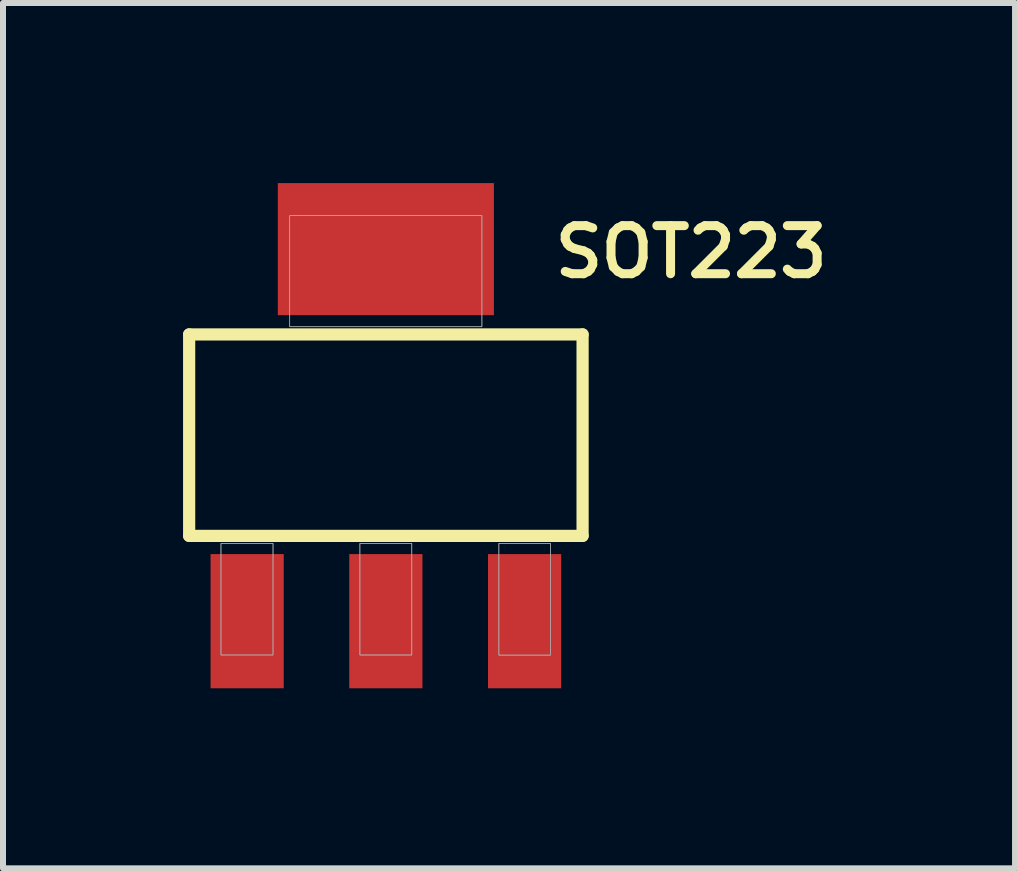
<source format=kicad_pcb>
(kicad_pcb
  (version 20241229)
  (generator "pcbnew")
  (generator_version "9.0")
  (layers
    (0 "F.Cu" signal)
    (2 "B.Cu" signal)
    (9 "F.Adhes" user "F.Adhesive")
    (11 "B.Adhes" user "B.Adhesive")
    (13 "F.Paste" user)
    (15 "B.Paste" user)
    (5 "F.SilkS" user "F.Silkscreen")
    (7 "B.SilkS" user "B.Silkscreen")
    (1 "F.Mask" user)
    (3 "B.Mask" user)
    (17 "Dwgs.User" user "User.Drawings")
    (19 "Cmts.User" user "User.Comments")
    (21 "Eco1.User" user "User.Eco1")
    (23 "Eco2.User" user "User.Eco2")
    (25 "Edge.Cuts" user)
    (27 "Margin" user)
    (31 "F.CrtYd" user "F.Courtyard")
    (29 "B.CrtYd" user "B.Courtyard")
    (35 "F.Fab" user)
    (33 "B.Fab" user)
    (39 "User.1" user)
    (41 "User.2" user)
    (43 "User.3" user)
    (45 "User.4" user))
  (footprint "SOT223"
    (layer "F.Cu")
    (at 3.378 4.199)
    (property "Reference" "SOT223" (at 5.086 -3.052 0) (layer "F.SilkS") (effects (font (size 0.801 0.801) (thickness 0.15))))
    (attr smd)
    (fp_line (start -3.277 -1.678) (end 3.277 -1.678) (stroke (width 0.203) (type solid)) (layer "F.SilkS"))
    (fp_line (start -3.277 1.678) (end -3.277 -1.678) (stroke (width 0.203) (type solid)) (layer "F.SilkS"))
    (fp_line (start 3.277 -1.678) (end 3.277 1.678) (stroke (width 0.203) (type solid)) (layer "F.SilkS"))
    (fp_line (start 3.277 1.678) (end -3.277 1.678) (stroke (width 0.203) (type solid)) (layer "F.SilkS"))
    (fp_poly (pts (xy -2.748 1.803) (xy -1.88 1.803) (xy -1.88 3.664) (xy -2.748 3.664)) (stroke (width 0.01) (type solid)) (fill no) (layer "F.Fab"))
    (fp_poly (pts (xy -2.746 1.803) (xy -1.88 1.803) (xy -1.88 3.661) (xy -2.746 3.661)) (stroke (width 0.01) (type solid)) (fill no) (layer "F.Fab"))
    (fp_poly (pts (xy -1.602 -3.658) (xy 1.6 -3.658) (xy 1.6 -1.806) (xy -1.602 -1.806)) (stroke (width 0.01) (type solid)) (fill no) (layer "F.Fab"))
    (fp_poly (pts (xy -1.601 -3.658) (xy 1.6 -3.658) (xy 1.6 -1.805) (xy -1.601 -1.805)) (stroke (width 0.01) (type solid)) (fill no) (layer "F.Fab"))
    (fp_poly (pts (xy -0.433 1.803) (xy 0.432 1.803) (xy 0.432 3.665) (xy -0.433 3.665)) (stroke (width 0.01) (type solid)) (fill no) (layer "F.Fab"))
    (fp_poly (pts (xy -0.432 1.803) (xy 0.432 1.803) (xy 0.432 3.66) (xy -0.432 3.66)) (stroke (width 0.01) (type solid)) (fill no) (layer "F.Fab"))
    (fp_poly (pts (xy 1.882 1.803) (xy 2.743 1.803) (xy 2.743 3.663) (xy 1.882 3.663)) (stroke (width 0.01) (type solid)) (fill no) (layer "F.Fab"))
    (fp_poly (pts (xy 1.883 1.803) (xy 2.743 1.803) (xy 2.743 3.665) (xy 1.883 3.665)) (stroke (width 0.01) (type solid)) (fill no) (layer "F.Fab"))
    (pad "1" smd rect (at -2.311 3.099) (size 1.219 2.235) (layers "F.Cu" "F.Mask" "F.Paste"))
    (pad "2" smd rect (at 0 3.099) (size 1.219 2.235) (layers "F.Cu" "F.Mask" "F.Paste"))
    (pad "3" smd rect (at 2.311 3.099) (size 1.219 2.235) (layers "F.Cu" "F.Mask" "F.Paste"))
    (pad "4" smd rect (at 0 -3.099) (size 3.6 2.2) (layers "F.Cu" "F.Mask" "F.Paste")))
  (gr_rect
    (start -3 -3)
    (end 13.859 11.415)
    (stroke (width 0.1) (type default))
    (fill no)
    (layer "Edge.Cuts")))
</source>
